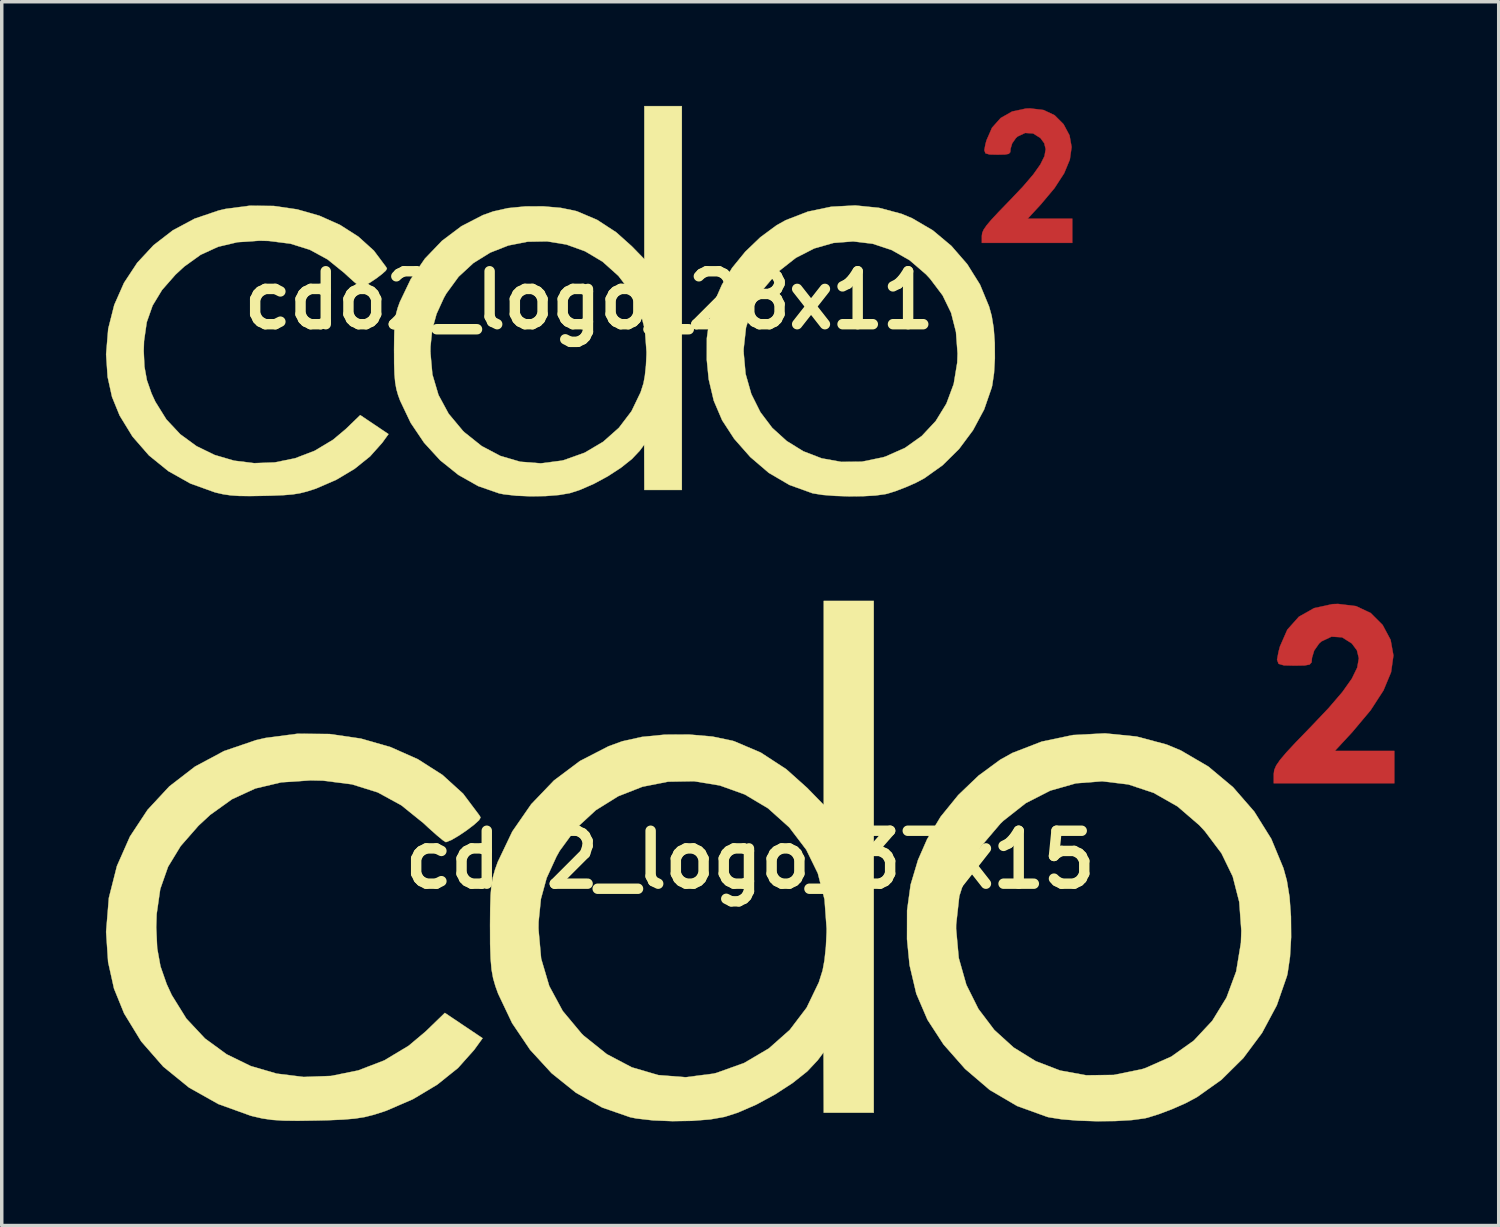
<source format=kicad_pcb>
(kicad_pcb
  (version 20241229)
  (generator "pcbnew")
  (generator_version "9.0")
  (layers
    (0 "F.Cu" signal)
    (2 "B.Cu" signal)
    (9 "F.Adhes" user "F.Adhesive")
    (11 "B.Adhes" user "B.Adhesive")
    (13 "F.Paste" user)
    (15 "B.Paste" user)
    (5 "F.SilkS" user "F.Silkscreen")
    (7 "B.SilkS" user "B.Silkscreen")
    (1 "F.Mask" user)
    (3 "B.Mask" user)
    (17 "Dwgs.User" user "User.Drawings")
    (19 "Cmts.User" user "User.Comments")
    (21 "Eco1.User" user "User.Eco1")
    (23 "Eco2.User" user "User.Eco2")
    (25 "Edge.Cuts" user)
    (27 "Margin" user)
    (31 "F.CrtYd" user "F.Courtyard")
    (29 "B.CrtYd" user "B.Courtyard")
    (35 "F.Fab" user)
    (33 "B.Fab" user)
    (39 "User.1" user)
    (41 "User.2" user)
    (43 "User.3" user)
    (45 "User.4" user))
  (footprint "cdo2_logo_37x15"
    (layer "F.Cu")
    (at 18.546 21.699)
    (property "Reference" "cdo2_logo_37x15" (at 0 0 0) (layer "F.SilkS") (effects (font (size 1.524 1.524) (thickness 0.3))))
    (attr through_hole)
    (fp_poly (pts (xy 17.439 -7.301) (xy 17.861 -7.103) (xy 18.202 -6.762) (xy 18.209 -6.752) (xy 18.435 -6.329) (xy 18.516 -5.88) (xy 18.448 -5.398) (xy 18.23 -4.875) (xy 17.86 -4.304) (xy 17.334 -3.677) (xy 17.302 -3.642) (xy 16.83 -3.133) (xy 18.542 -3.133) (xy 18.542 -2.201) (xy 15.071 -2.201) (xy 15.071 -2.47) (xy 15.086 -2.584) (xy 15.141 -2.712) (xy 15.253 -2.875) (xy 15.437 -3.092) (xy 15.71 -3.385) (xy 16.087 -3.774) (xy 16.13 -3.818) (xy 16.652 -4.368) (xy 17.046 -4.828) (xy 17.318 -5.211) (xy 17.474 -5.531) (xy 17.521 -5.799) (xy 17.465 -6.029) (xy 17.318 -6.227) (xy 17.038 -6.403) (xy 16.734 -6.422) (xy 16.444 -6.285) (xy 16.379 -6.227) (xy 16.235 -6.022) (xy 16.171 -5.811) (xy 16.171 -5.804) (xy 16.161 -5.684) (xy 16.104 -5.62) (xy 15.959 -5.593) (xy 15.688 -5.588) (xy 15.663 -5.588) (xy 15.366 -5.595) (xy 15.21 -5.64) (xy 15.166 -5.759) (xy 15.209 -5.988) (xy 15.249 -6.138) (xy 15.461 -6.622) (xy 15.794 -6.995) (xy 16.232 -7.243) (xy 16.76 -7.358) (xy 16.921 -7.364) (xy 17.439 -7.301)) (stroke (width 0.01) (type solid)) (fill yes) (layer "F.Cu"))
    (fp_poly (pts (xy -12.108 -3.619) (xy -11.209 -3.488) (xy -10.354 -3.243) (xy -9.565 -2.892) (xy -8.861 -2.443) (xy -8.266 -1.903) (xy -7.799 -1.281) (xy -7.762 -1.217) (xy -7.805 -1.139) (xy -7.953 -1.005) (xy -8.163 -0.846) (xy -8.394 -0.69) (xy -8.603 -0.568) (xy -8.749 -0.51) (xy -8.765 -0.508) (xy -8.85 -0.563) (xy -9.026 -0.709) (xy -9.263 -0.92) (xy -9.398 -1.047) (xy -10.041 -1.566) (xy -10.721 -1.938) (xy -11.465 -2.171) (xy -12.298 -2.277) (xy -12.654 -2.285) (xy -13.5 -2.228) (xy -14.244 -2.052) (xy -14.915 -1.744) (xy -15.543 -1.294) (xy -15.882 -0.98) (xy -16.396 -0.393) (xy -16.758 0.202) (xy -16.983 0.843) (xy -17.087 1.566) (xy -17.099 1.947) (xy -17.071 2.549) (xy -16.977 3.067) (xy -16.799 3.577) (xy -16.653 3.894) (xy -16.23 4.575) (xy -15.696 5.145) (xy -15.073 5.6) (xy -14.378 5.939) (xy -13.632 6.157) (xy -12.856 6.253) (xy -12.067 6.224) (xy -11.287 6.066) (xy -10.535 5.777) (xy -9.831 5.354) (xy -9.34 4.941) (xy -8.79 4.409) (xy -8.247 4.774) (xy -7.704 5.138) (xy -7.947 5.474) (xy -8.412 5.995) (xy -9.011 6.475) (xy -9.71 6.893) (xy -10.476 7.224) (xy -10.542 7.247) (xy -10.833 7.34) (xy -11.098 7.407) (xy -11.379 7.451) (xy -11.719 7.48) (xy -12.16 7.499) (xy -12.488 7.507) (xy -13.027 7.515) (xy -13.438 7.51) (xy -13.764 7.488) (xy -14.046 7.447) (xy -14.327 7.382) (xy -14.378 7.369) (xy -15.31 7.033) (xy -16.154 6.559) (xy -16.898 5.954) (xy -17.53 5.231) (xy -18.023 4.425) (xy -18.314 3.709) (xy -18.484 2.944) (xy -18.541 2.086) (xy -18.541 2.067) (xy -18.462 1.097) (xy -18.23 0.181) (xy -17.855 -0.668) (xy -17.348 -1.437) (xy -16.721 -2.112) (xy -15.984 -2.681) (xy -15.147 -3.129) (xy -14.223 -3.444) (xy -13.952 -3.506) (xy -13.03 -3.627) (xy -12.108 -3.619)) (stroke (width 0.01) (type solid)) (fill yes) (layer "F.SilkS"))
    (fp_poly (pts (xy 11.123 -3.547) (xy 11.988 -3.316) (xy 12.396 -3.146) (xy 13.188 -2.683) (xy 13.899 -2.088) (xy 14.51 -1.386) (xy 15 -0.601) (xy 15.35 0.244) (xy 15.448 0.6) (xy 15.525 1.071) (xy 15.566 1.634) (xy 15.571 2.228) (xy 15.539 2.792) (xy 15.47 3.265) (xy 15.451 3.348) (xy 15.159 4.19) (xy 14.733 4.986) (xy 14.194 5.71) (xy 13.563 6.335) (xy 12.86 6.834) (xy 12.531 7.009) (xy 12.151 7.176) (xy 11.767 7.322) (xy 11.445 7.423) (xy 11.362 7.443) (xy 10.986 7.494) (xy 10.505 7.522) (xy 9.972 7.527) (xy 9.441 7.51) (xy 8.965 7.471) (xy 8.596 7.413) (xy 8.551 7.402) (xy 7.685 7.09) (xy 6.895 6.627) (xy 6.183 6.018) (xy 5.565 5.317) (xy 5.103 4.606) (xy 4.781 3.855) (xy 4.587 3.032) (xy 4.514 2.286) (xy 4.515 1.99) (xy 5.927 1.99) (xy 6.003 2.828) (xy 6.222 3.6) (xy 6.569 4.295) (xy 7.027 4.9) (xy 7.583 5.405) (xy 8.219 5.798) (xy 8.922 6.068) (xy 9.676 6.205) (xy 10.465 6.195) (xy 11.274 6.03) (xy 11.373 5.998) (xy 12.12 5.668) (xy 12.766 5.209) (xy 13.3 4.638) (xy 13.711 3.968) (xy 13.99 3.214) (xy 14.126 2.392) (xy 14.138 2.044) (xy 14.078 1.216) (xy 13.89 0.482) (xy 13.565 -0.187) (xy 13.089 -0.82) (xy 12.928 -0.994) (xy 12.3 -1.535) (xy 11.612 -1.926) (xy 10.883 -2.168) (xy 10.132 -2.259) (xy 9.377 -2.2) (xy 8.638 -1.99) (xy 7.934 -1.63) (xy 7.284 -1.119) (xy 7.2 -1.037) (xy 6.648 -0.388) (xy 6.256 0.302) (xy 6.019 1.049) (xy 5.928 1.869) (xy 5.927 1.99) (xy 4.515 1.99) (xy 4.516 1.459) (xy 4.618 0.718) (xy 4.831 0.005) (xy 5.093 -0.593) (xy 5.482 -1.238) (xy 5.989 -1.862) (xy 6.574 -2.422) (xy 7.195 -2.878) (xy 7.546 -3.074) (xy 8.392 -3.401) (xy 9.292 -3.59) (xy 10.213 -3.638) (xy 11.123 -3.547)) (stroke (width 0.01) (type solid)) (fill yes) (layer "F.SilkS"))
    (fp_poly (pts (xy 3.556 7.281) (xy 2.117 7.281) (xy 2.114 6.413) (xy 2.111 5.546) (xy 1.941 5.774) (xy 1.641 6.093) (xy 1.219 6.428) (xy 0.717 6.754) (xy 0.178 7.047) (xy -0.358 7.28) (xy -0.739 7.402) (xy -1.153 7.475) (xy -1.674 7.516) (xy -2.241 7.525) (xy -2.795 7.503) (xy -3.276 7.448) (xy -3.458 7.411) (xy -4.26 7.133) (xy -5.019 6.705) (xy -5.717 6.145) (xy -6.335 5.472) (xy -6.854 4.703) (xy -7.256 3.857) (xy -7.334 3.641) (xy -7.4 3.413) (xy -7.446 3.159) (xy -7.473 2.844) (xy -7.487 2.431) (xy -7.488 1.995) (xy -6.095 1.995) (xy -6.018 2.848) (xy -5.785 3.635) (xy -5.397 4.354) (xy -4.853 5.006) (xy -4.793 5.065) (xy -4.128 5.597) (xy -3.408 5.976) (xy -2.647 6.199) (xy -1.86 6.261) (xy -1.06 6.158) (xy -0.97 6.136) (xy -0.173 5.85) (xy 0.535 5.433) (xy 1.139 4.898) (xy 1.624 4.259) (xy 1.975 3.531) (xy 2.084 3.186) (xy 2.138 2.894) (xy 2.179 2.506) (xy 2.199 2.092) (xy 2.2 1.984) (xy 2.139 1.14) (xy 1.946 0.39) (xy 1.614 -0.288) (xy 1.135 -0.918) (xy 1.114 -0.941) (xy 0.512 -1.481) (xy -0.158 -1.88) (xy -0.875 -2.138) (xy -1.617 -2.26) (xy -2.366 -2.247) (xy -3.101 -2.102) (xy -3.8 -1.828) (xy -4.444 -1.427) (xy -5.013 -0.902) (xy -5.485 -0.256) (xy -5.577 -0.092) (xy -5.86 0.526) (xy -6.025 1.128) (xy -6.092 1.788) (xy -6.095 1.995) (xy -7.488 1.995) (xy -7.489 1.905) (xy -7.485 1.397) (xy -7.473 1.02) (xy -7.449 0.735) (xy -7.408 0.503) (xy -7.346 0.284) (xy -7.267 0.064) (xy -6.849 -0.812) (xy -6.304 -1.599) (xy -5.649 -2.282) (xy -4.901 -2.843) (xy -4.077 -3.267) (xy -3.683 -3.41) (xy -3.116 -3.536) (xy -2.454 -3.601) (xy -1.757 -3.604) (xy -1.088 -3.546) (xy -0.509 -3.425) (xy -0.462 -3.411) (xy 0.304 -3.085) (xy 1.038 -2.606) (xy 1.636 -2.071) (xy 2.117 -1.579) (xy 2.117 -7.451) (xy 3.556 -7.451) (xy 3.556 7.281)) (stroke (width 0.01) (type solid)) (fill yes) (layer "F.SilkS")))
  (footprint "cdo2_logo_28x11"
    (layer "F.Cu")
    (at 13.911 5.593)
    (property "Reference" "cdo2_logo_28x11" (at 0 0 0) (layer "F.SilkS") (effects (font (size 1.524 1.524) (thickness 0.3))))
    (attr through_hole)
    (fp_poly (pts (xy 13.079 -5.476) (xy 13.396 -5.327) (xy 13.651 -5.072) (xy 13.657 -5.064) (xy 13.827 -4.747) (xy 13.887 -4.41) (xy 13.836 -4.049) (xy 13.673 -3.656) (xy 13.395 -3.228) (xy 13.001 -2.758) (xy 12.977 -2.732) (xy 12.623 -2.349) (xy 13.906 -2.349) (xy 13.906 -1.651) (xy 11.303 -1.651) (xy 11.303 -1.853) (xy 11.314 -1.938) (xy 11.356 -2.034) (xy 11.44 -2.156) (xy 11.578 -2.319) (xy 11.783 -2.539) (xy 12.065 -2.83) (xy 12.097 -2.863) (xy 12.489 -3.276) (xy 12.784 -3.621) (xy 12.988 -3.909) (xy 13.106 -4.148) (xy 13.141 -4.349) (xy 13.099 -4.521) (xy 12.989 -4.67) (xy 12.779 -4.802) (xy 12.55 -4.816) (xy 12.333 -4.714) (xy 12.284 -4.67) (xy 12.176 -4.516) (xy 12.129 -4.359) (xy 12.129 -4.353) (xy 12.121 -4.263) (xy 12.078 -4.215) (xy 11.97 -4.195) (xy 11.766 -4.191) (xy 11.748 -4.191) (xy 11.525 -4.196) (xy 11.407 -4.23) (xy 11.375 -4.319) (xy 11.406 -4.491) (xy 11.437 -4.604) (xy 11.596 -4.967) (xy 11.845 -5.246) (xy 12.174 -5.433) (xy 12.57 -5.518) (xy 12.69 -5.523) (xy 13.079 -5.476)) (stroke (width 0.01) (type solid)) (fill yes) (layer "F.Cu"))
    (fp_poly (pts (xy -9.081 -2.714) (xy -8.407 -2.616) (xy -7.766 -2.433) (xy -7.174 -2.169) (xy -6.646 -1.832) (xy -6.199 -1.428) (xy -5.85 -0.961) (xy -5.822 -0.913) (xy -5.854 -0.854) (xy -5.965 -0.754) (xy -6.122 -0.634) (xy -6.295 -0.518) (xy -6.452 -0.426) (xy -6.562 -0.382) (xy -6.574 -0.381) (xy -6.638 -0.422) (xy -6.77 -0.531) (xy -6.947 -0.69) (xy -7.049 -0.785) (xy -7.531 -1.175) (xy -8.041 -1.453) (xy -8.599 -1.628) (xy -9.224 -1.707) (xy -9.491 -1.714) (xy -10.125 -1.671) (xy -10.683 -1.539) (xy -11.186 -1.308) (xy -11.657 -0.97) (xy -11.911 -0.735) (xy -12.297 -0.295) (xy -12.568 0.152) (xy -12.737 0.632) (xy -12.815 1.175) (xy -12.824 1.46) (xy -12.803 1.912) (xy -12.733 2.3) (xy -12.599 2.683) (xy -12.49 2.92) (xy -12.172 3.431) (xy -11.772 3.858) (xy -11.304 4.2) (xy -10.783 4.454) (xy -10.224 4.618) (xy -9.642 4.69) (xy -9.051 4.668) (xy -8.466 4.549) (xy -7.902 4.333) (xy -7.373 4.015) (xy -7.005 3.706) (xy -6.592 3.307) (xy -6.185 3.58) (xy -5.778 3.854) (xy -5.96 4.105) (xy -6.309 4.496) (xy -6.758 4.856) (xy -7.283 5.169) (xy -7.857 5.418) (xy -7.906 5.435) (xy -8.125 5.505) (xy -8.324 5.555) (xy -8.535 5.589) (xy -8.789 5.61) (xy -9.12 5.624) (xy -9.366 5.63) (xy -9.77 5.637) (xy -10.079 5.633) (xy -10.323 5.616) (xy -10.535 5.585) (xy -10.745 5.537) (xy -10.784 5.526) (xy -11.482 5.275) (xy -12.115 4.919) (xy -12.674 4.466) (xy -13.147 3.923) (xy -13.517 3.319) (xy -13.736 2.782) (xy -13.863 2.208) (xy -13.906 1.565) (xy -13.906 1.55) (xy -13.846 0.823) (xy -13.672 0.135) (xy -13.391 -0.501) (xy -13.011 -1.078) (xy -12.541 -1.584) (xy -11.988 -2.011) (xy -11.361 -2.347) (xy -10.667 -2.583) (xy -10.464 -2.63) (xy -9.772 -2.721) (xy -9.081 -2.714)) (stroke (width 0.01) (type solid)) (fill yes) (layer "F.SilkS"))
    (fp_poly (pts (xy 8.342 -2.66) (xy 8.991 -2.487) (xy 9.297 -2.36) (xy 9.891 -2.012) (xy 10.424 -1.566) (xy 10.882 -1.039) (xy 11.25 -0.451) (xy 11.512 0.183) (xy 11.586 0.45) (xy 11.644 0.803) (xy 11.675 1.226) (xy 11.678 1.671) (xy 11.654 2.094) (xy 11.602 2.449) (xy 11.588 2.511) (xy 11.37 3.142) (xy 11.05 3.74) (xy 10.646 4.283) (xy 10.172 4.751) (xy 9.645 5.126) (xy 9.398 5.257) (xy 9.113 5.382) (xy 8.825 5.492) (xy 8.584 5.568) (xy 8.522 5.582) (xy 8.239 5.621) (xy 7.879 5.641) (xy 7.479 5.645) (xy 7.081 5.632) (xy 6.724 5.604) (xy 6.447 5.56) (xy 6.413 5.551) (xy 5.764 5.317) (xy 5.171 4.97) (xy 4.637 4.513) (xy 4.174 3.988) (xy 3.827 3.455) (xy 3.586 2.891) (xy 3.44 2.274) (xy 3.385 1.714) (xy 3.386 1.492) (xy 4.445 1.492) (xy 4.502 2.121) (xy 4.667 2.7) (xy 4.927 3.221) (xy 5.27 3.675) (xy 5.687 4.053) (xy 6.164 4.348) (xy 6.692 4.551) (xy 7.257 4.653) (xy 7.849 4.647) (xy 8.456 4.522) (xy 8.53 4.499) (xy 9.09 4.251) (xy 9.574 3.907) (xy 9.975 3.478) (xy 10.283 2.976) (xy 10.493 2.411) (xy 10.595 1.794) (xy 10.604 1.533) (xy 10.558 0.912) (xy 10.418 0.362) (xy 10.174 -0.14) (xy 9.816 -0.615) (xy 9.696 -0.745) (xy 9.225 -1.151) (xy 8.709 -1.445) (xy 8.162 -1.626) (xy 7.599 -1.694) (xy 7.033 -1.65) (xy 6.479 -1.492) (xy 5.951 -1.222) (xy 5.463 -0.839) (xy 5.4 -0.778) (xy 4.986 -0.291) (xy 4.692 0.227) (xy 4.514 0.787) (xy 4.446 1.402) (xy 4.445 1.492) (xy 3.386 1.492) (xy 3.387 1.094) (xy 3.464 0.538) (xy 3.623 0.004) (xy 3.82 -0.445) (xy 4.112 -0.929) (xy 4.492 -1.396) (xy 4.93 -1.816) (xy 5.396 -2.159) (xy 5.66 -2.306) (xy 6.294 -2.551) (xy 6.969 -2.692) (xy 7.66 -2.729) (xy 8.342 -2.66)) (stroke (width 0.01) (type solid)) (fill yes) (layer "F.SilkS"))
    (fp_poly (pts (xy 2.667 5.461) (xy 1.587 5.461) (xy 1.583 4.159) (xy 1.455 4.331) (xy 1.231 4.569) (xy 0.914 4.821) (xy 0.538 5.066) (xy 0.133 5.285) (xy -0.269 5.46) (xy -0.554 5.552) (xy -0.865 5.606) (xy -1.255 5.637) (xy -1.681 5.644) (xy -2.096 5.627) (xy -2.457 5.586) (xy -2.594 5.559) (xy -3.195 5.35) (xy -3.764 5.029) (xy -4.288 4.609) (xy -4.751 4.104) (xy -5.14 3.527) (xy -5.442 2.892) (xy -5.501 2.731) (xy -5.55 2.559) (xy -5.584 2.369) (xy -5.605 2.133) (xy -5.615 1.823) (xy -5.616 1.497) (xy -4.571 1.497) (xy -4.514 2.136) (xy -4.339 2.726) (xy -4.047 3.266) (xy -3.64 3.754) (xy -3.595 3.799) (xy -3.096 4.197) (xy -2.556 4.482) (xy -1.985 4.649) (xy -1.395 4.695) (xy -0.795 4.618) (xy -0.728 4.602) (xy -0.129 4.388) (xy 0.402 4.074) (xy 0.854 3.673) (xy 1.218 3.194) (xy 1.481 2.648) (xy 1.563 2.39) (xy 1.603 2.171) (xy 1.634 1.879) (xy 1.649 1.569) (xy 1.65 1.488) (xy 1.604 0.855) (xy 1.46 0.293) (xy 1.211 -0.216) (xy 0.851 -0.689) (xy 0.836 -0.706) (xy 0.384 -1.111) (xy -0.119 -1.41) (xy -0.656 -1.604) (xy -1.213 -1.695) (xy -1.775 -1.685) (xy -2.325 -1.577) (xy -2.85 -1.371) (xy -3.333 -1.071) (xy -3.76 -0.677) (xy -4.114 -0.192) (xy -4.183 -0.069) (xy -4.395 0.395) (xy -4.519 0.846) (xy -4.569 1.341) (xy -4.571 1.497) (xy -5.616 1.497) (xy -5.617 1.429) (xy -5.613 1.048) (xy -5.605 0.765) (xy -5.587 0.551) (xy -5.556 0.377) (xy -5.51 0.213) (xy -5.45 0.048) (xy -5.136 -0.609) (xy -4.728 -1.199) (xy -4.237 -1.711) (xy -3.676 -2.133) (xy -3.058 -2.451) (xy -2.762 -2.557) (xy -2.337 -2.652) (xy -1.84 -2.701) (xy -1.318 -2.703) (xy -0.816 -2.659) (xy -0.382 -2.569) (xy -0.347 -2.558) (xy 0.228 -2.314) (xy 0.778 -1.955) (xy 1.227 -1.553) (xy 1.587 -1.184) (xy 1.587 -5.588) (xy 2.667 -5.588) (xy 2.667 5.461)) (stroke (width 0.01) (type solid)) (fill yes) (layer "F.SilkS")))
  (gr_rect
    (start -3 -3)
    (end 40.093 32.23)
    (stroke (width 0.1) (type default))
    (fill no)
    (layer "Edge.Cuts")))
</source>
